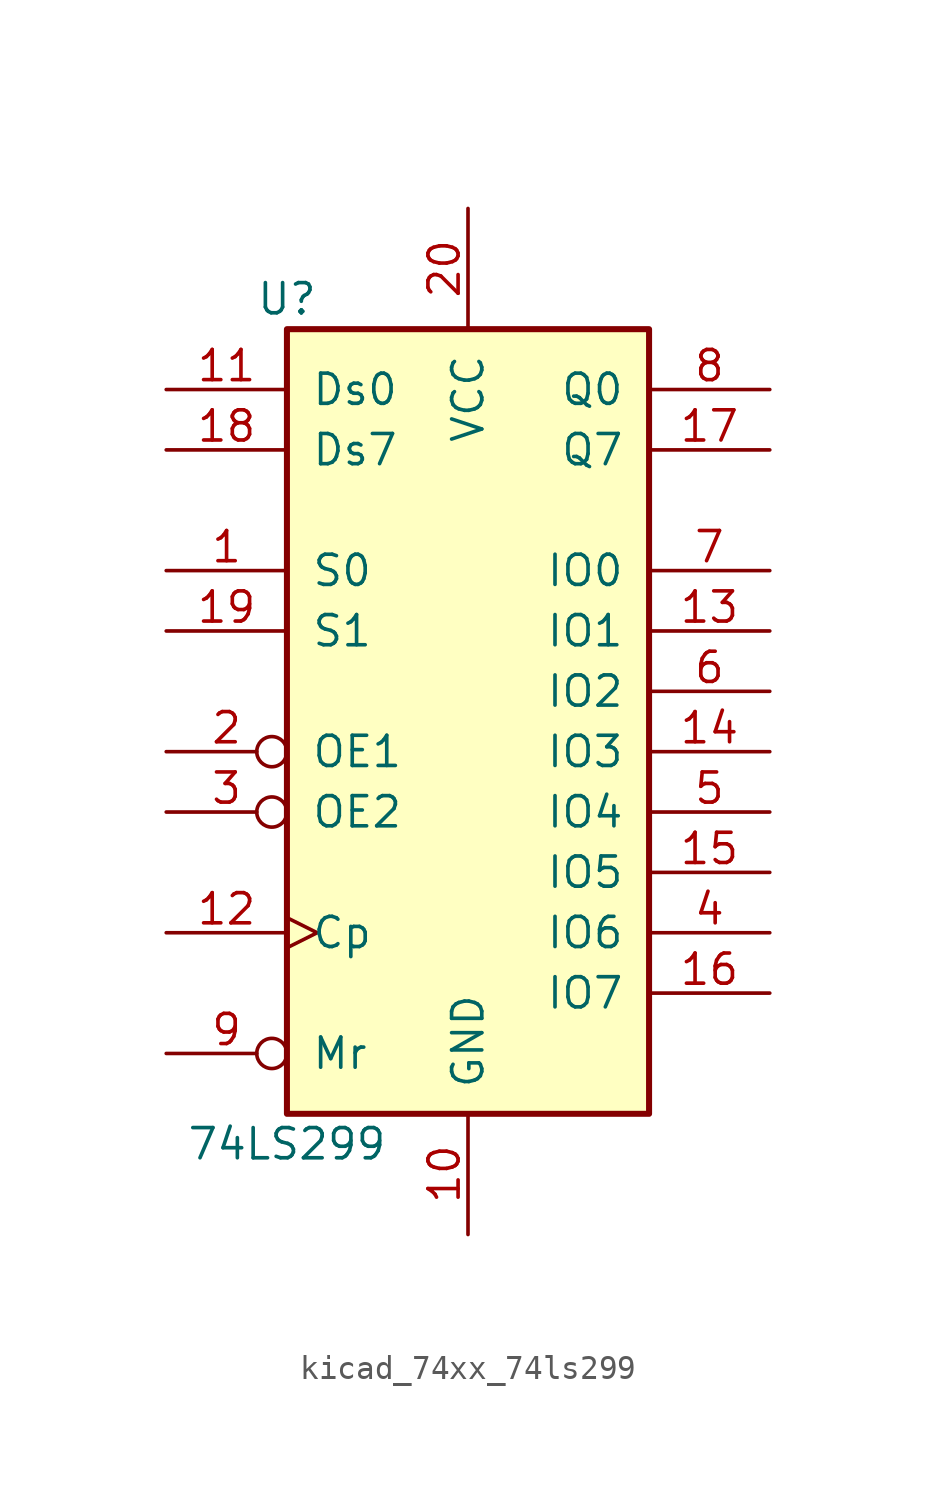
<source format=kicad_sym>
(kicad_symbol_lib
  (version 20220914)
  (generator kicad_symbol_editor)
  (symbol "kicad_74xx_74ls299"
    (pin_names
      (offset 1.016))
    (property "Reference" "U"
      (at -7.62 16.51 0)
      (effects (font (size 1.27 1.27))))
    (property "Value" "74LS299"
      (at -7.62 -19.05 0)
      (effects (font (size 1.27 1.27))))
    (property "ki_locked" ""
      (at 0 0 0)
      (effects (font (size 1.27 1.27))))
    (symbol "kicad_74xx_74ls299_1_0"
      (pin input line (at -12.7 5.08 0) (length 5.08) (name "S0" (effects (font (size 1.27 1.27)))) (number "1" (effects (font (size 1.27 1.27)))))
      (pin power_in line (at 0 -22.86 90) (length 5.08) (name "GND" (effects (font (size 1.27 1.27)))) (number "10" (effects (font (size 1.27 1.27)))))
      (pin input line (at -12.7 12.7 0) (length 5.08) (name "Ds0" (effects (font (size 1.27 1.27)))) (number "11" (effects (font (size 1.27 1.27)))))
      (pin input clock (at -12.7 -10.16 0) (length 5.08) (name "Cp" (effects (font (size 1.27 1.27)))) (number "12" (effects (font (size 1.27 1.27)))))
      (pin tri_state line (at 12.7 2.54 180) (length 5.08) (name "IO1" (effects (font (size 1.27 1.27)))) (number "13" (effects (font (size 1.27 1.27)))))
      (pin tri_state line (at 12.7 -2.54 180) (length 5.08) (name "IO3" (effects (font (size 1.27 1.27)))) (number "14" (effects (font (size 1.27 1.27)))))
      (pin tri_state line (at 12.7 -7.62 180) (length 5.08) (name "IO5" (effects (font (size 1.27 1.27)))) (number "15" (effects (font (size 1.27 1.27)))))
      (pin tri_state line (at 12.7 -12.7 180) (length 5.08) (name "IO7" (effects (font (size 1.27 1.27)))) (number "16" (effects (font (size 1.27 1.27)))))
      (pin output line (at 12.7 10.16 180) (length 5.08) (name "Q7" (effects (font (size 1.27 1.27)))) (number "17" (effects (font (size 1.27 1.27)))))
      (pin input line (at -12.7 10.16 0) (length 5.08) (name "Ds7" (effects (font (size 1.27 1.27)))) (number "18" (effects (font (size 1.27 1.27)))))
      (pin input line (at -12.7 2.54 0) (length 5.08) (name "S1" (effects (font (size 1.27 1.27)))) (number "19" (effects (font (size 1.27 1.27)))))
      (pin input inverted (at -12.7 -2.54 0) (length 5.08) (name "OE1" (effects (font (size 1.27 1.27)))) (number "2" (effects (font (size 1.27 1.27)))))
      (pin power_in line (at 0 20.32 270) (length 5.08) (name "VCC" (effects (font (size 1.27 1.27)))) (number "20" (effects (font (size 1.27 1.27)))))
      (pin input inverted (at -12.7 -5.08 0) (length 5.08) (name "OE2" (effects (font (size 1.27 1.27)))) (number "3" (effects (font (size 1.27 1.27)))))
      (pin tri_state line (at 12.7 -10.16 180) (length 5.08) (name "IO6" (effects (font (size 1.27 1.27)))) (number "4" (effects (font (size 1.27 1.27)))))
      (pin tri_state line (at 12.7 -5.08 180) (length 5.08) (name "IO4" (effects (font (size 1.27 1.27)))) (number "5" (effects (font (size 1.27 1.27)))))
      (pin tri_state line (at 12.7 0 180) (length 5.08) (name "IO2" (effects (font (size 1.27 1.27)))) (number "6" (effects (font (size 1.27 1.27)))))
      (pin tri_state line (at 12.7 5.08 180) (length 5.08) (name "IO0" (effects (font (size 1.27 1.27)))) (number "7" (effects (font (size 1.27 1.27)))))
      (pin output line (at 12.7 12.7 180) (length 5.08) (name "Q0" (effects (font (size 1.27 1.27)))) (number "8" (effects (font (size 1.27 1.27)))))
      (pin input inverted (at -12.7 -15.24 0) (length 5.08) (name "Mr" (effects (font (size 1.27 1.27)))) (number "9" (effects (font (size 1.27 1.27))))))
    (symbol "kicad_74xx_74ls299_1_1"
      (rectangle (start -7.62 15.24) (end 7.62 -17.78) (stroke (width 0.254) (type default)) (fill (type background))))))
</source>
